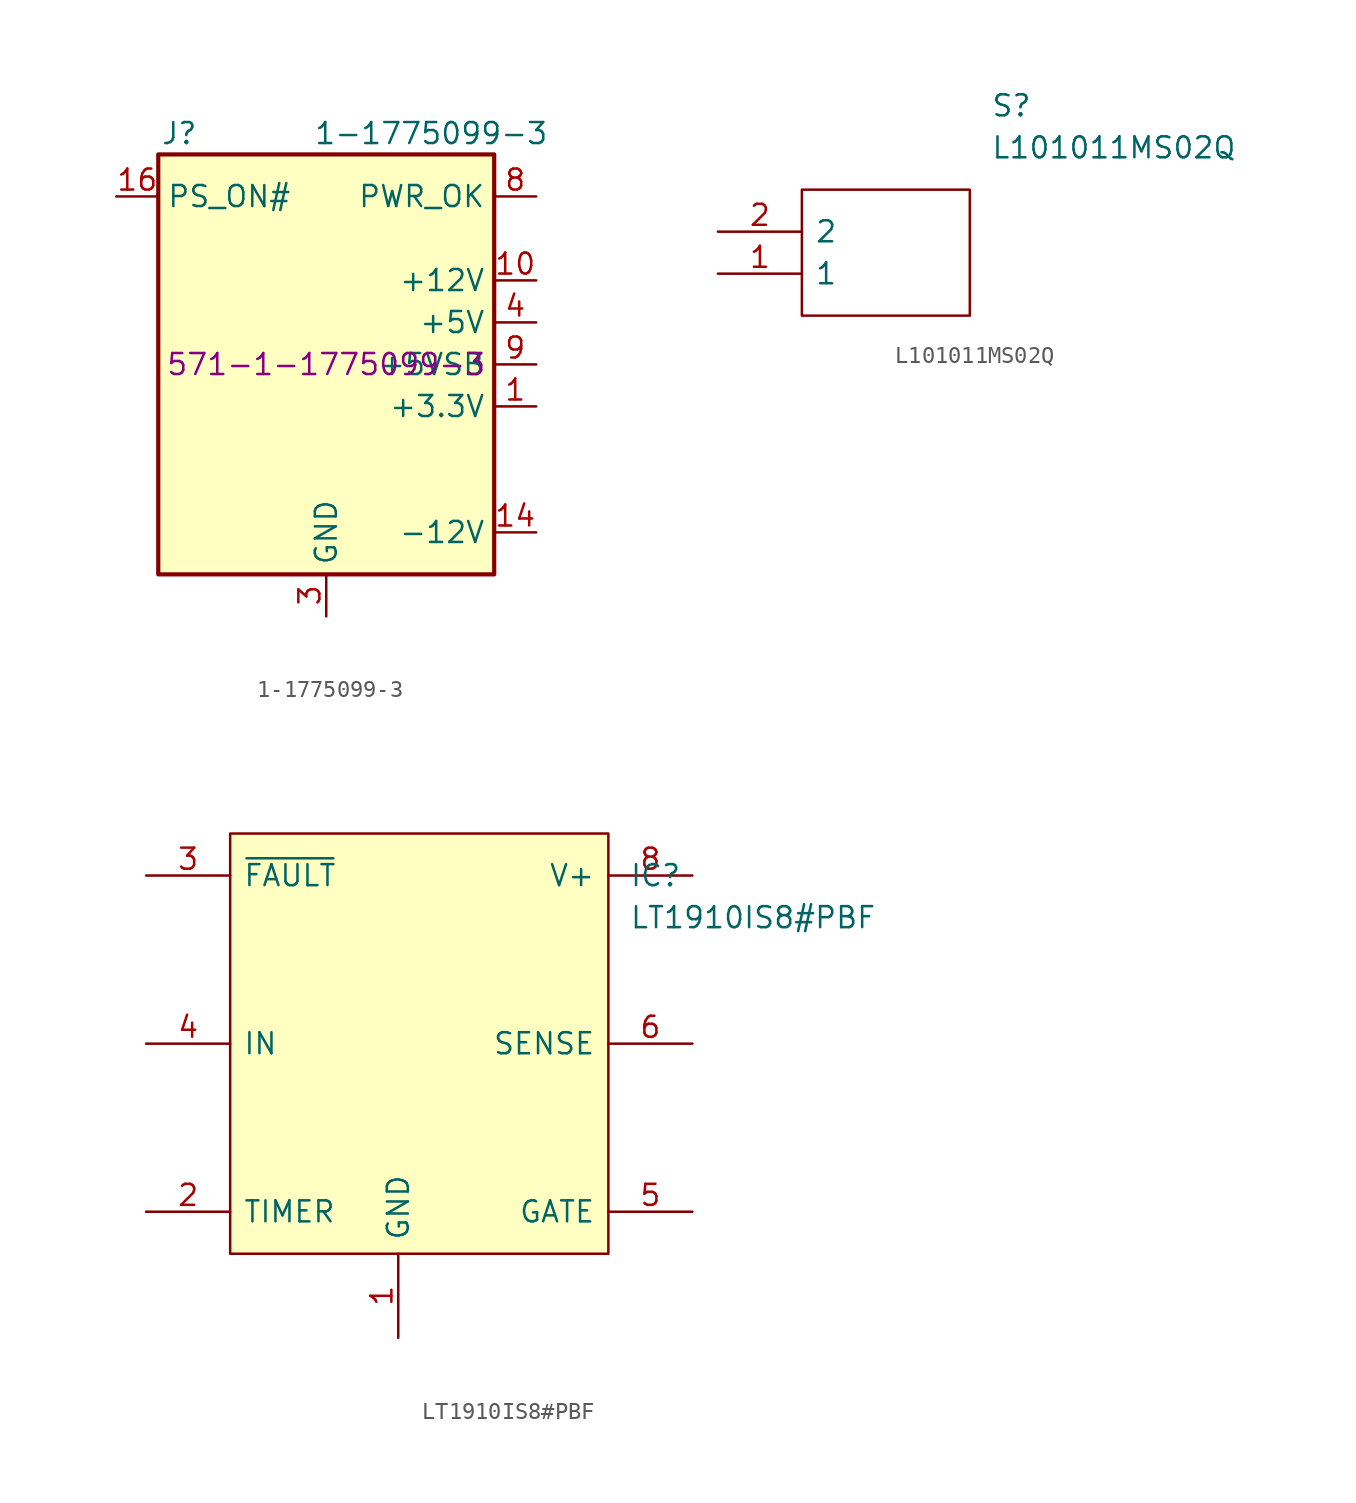
<source format=kicad_sym>
(kicad_symbol_lib
  (version 20220914)
  (generator kicad_symbol_editor)
  (symbol "1-1775099-3"
    (property "Reference" "J"
      (at -8.89 13.97 0)
      (effects (font (size 1.27 1.27))))
    (property "Value" "1-1775099-3"
      (at 6.35 13.97 0)
      (effects (font (size 1.27 1.27))))
    (property "mouser" " 571-1-1775099-3 "
      (at 0 0 0)
      (effects (font (size 1.27 1.27))))
    (symbol "1-1775099-3_0_1"
      (rectangle (start -10.16 12.7) (end 10.16 -12.7) (stroke (width 0.254) (type default)) (fill (type background))))
    (symbol "1-1775099-3_1_1"
      (pin power_out line (at 12.7 -2.54 180) (length 2.54) (name "+3.3V" (effects (font (size 1.27 1.27)))) (number "1" (effects (font (size 1.27 1.27)))))
      (pin power_out line (at 12.7 5.08 180) (length 2.54) (name "+12V" (effects (font (size 1.27 1.27)))) (number "10" (effects (font (size 1.27 1.27)))))
      (pin passive line (at 12.7 5.08 180) (length 2.54) hide (name "+12V" (effects (font (size 1.27 1.27)))) (number "11" (effects (font (size 1.27 1.27)))))
      (pin passive line (at 12.7 -2.54 180) (length 2.54) hide (name "+3.3V" (effects (font (size 1.27 1.27)))) (number "12" (effects (font (size 1.27 1.27)))))
      (pin passive line (at 12.7 -2.54 180) (length 2.54) hide (name "+3.3V" (effects (font (size 1.27 1.27)))) (number "13" (effects (font (size 1.27 1.27)))))
      (pin power_out line (at 12.7 -10.16 180) (length 2.54) (name "-12V" (effects (font (size 1.27 1.27)))) (number "14" (effects (font (size 1.27 1.27)))))
      (pin passive line (at 0 -15.24 90) (length 2.54) hide (name "GND" (effects (font (size 1.27 1.27)))) (number "15" (effects (font (size 1.27 1.27)))))
      (pin open_collector line (at -12.7 10.16 0) (length 2.54) (name "PS_ON#" (effects (font (size 1.27 1.27)))) (number "16" (effects (font (size 1.27 1.27)))))
      (pin passive line (at 0 -15.24 90) (length 2.54) hide (name "GND" (effects (font (size 1.27 1.27)))) (number "17" (effects (font (size 1.27 1.27)))))
      (pin passive line (at 0 -15.24 90) (length 2.54) hide (name "GND" (effects (font (size 1.27 1.27)))) (number "18" (effects (font (size 1.27 1.27)))))
      (pin passive line (at 0 -15.24 90) (length 2.54) hide (name "GND" (effects (font (size 1.27 1.27)))) (number "19" (effects (font (size 1.27 1.27)))))
      (pin passive line (at 12.7 -2.54 180) (length 2.54) hide (name "+3.3V" (effects (font (size 1.27 1.27)))) (number "2" (effects (font (size 1.27 1.27)))))
      (pin no_connect line (at -10.16 0 0) (length 2.54) hide (name "NC" (effects (font (size 1.27 1.27)))) (number "20" (effects (font (size 1.27 1.27)))))
      (pin passive line (at 12.7 2.54 180) (length 2.54) hide (name "+5V" (effects (font (size 1.27 1.27)))) (number "21" (effects (font (size 1.27 1.27)))))
      (pin passive line (at 12.7 2.54 180) (length 2.54) hide (name "+5V" (effects (font (size 1.27 1.27)))) (number "22" (effects (font (size 1.27 1.27)))))
      (pin passive line (at 12.7 2.54 180) (length 2.54) hide (name "+5V" (effects (font (size 1.27 1.27)))) (number "23" (effects (font (size 1.27 1.27)))))
      (pin passive line (at 0 -15.24 90) (length 2.54) hide (name "GND" (effects (font (size 1.27 1.27)))) (number "24" (effects (font (size 1.27 1.27)))))
      (pin power_out line (at 0 -15.24 90) (length 2.54) (name "GND" (effects (font (size 1.27 1.27)))) (number "3" (effects (font (size 1.27 1.27)))))
      (pin power_out line (at 12.7 2.54 180) (length 2.54) (name "+5V" (effects (font (size 1.27 1.27)))) (number "4" (effects (font (size 1.27 1.27)))))
      (pin passive line (at 0 -15.24 90) (length 2.54) hide (name "GND" (effects (font (size 1.27 1.27)))) (number "5" (effects (font (size 1.27 1.27)))))
      (pin passive line (at 12.7 2.54 180) (length 2.54) hide (name "+5V" (effects (font (size 1.27 1.27)))) (number "6" (effects (font (size 1.27 1.27)))))
      (pin passive line (at 0 -15.24 90) (length 2.54) hide (name "GND" (effects (font (size 1.27 1.27)))) (number "7" (effects (font (size 1.27 1.27)))))
      (pin output line (at 12.7 10.16 180) (length 2.54) (name "PWR_OK" (effects (font (size 1.27 1.27)))) (number "8" (effects (font (size 1.27 1.27)))))
      (pin power_out line (at 12.7 0 180) (length 2.54) (name "+5VSB" (effects (font (size 1.27 1.27)))) (number "9" (effects (font (size 1.27 1.27)))))))
  (symbol "L101011MS02Q"
    (pin_names
      (offset 0.762))
    (property "Reference" "S"
      (at 16.51 7.62 0)
      (effects (font (size 1.27 1.27)) (justify left)))
    (property "Value" "L101011MS02Q"
      (at 16.51 5.08 0)
      (effects (font (size 1.27 1.27)) (justify left)))
    (symbol "L101011MS02Q_0_0"
      (pin passive line (at 0 -2.54 0) (length 5.08) (name "1" (effects (font (size 1.27 1.27)))) (number "1" (effects (font (size 1.27 1.27)))))
      (pin passive line (at 0 0 0) (length 5.08) (name "2" (effects (font (size 1.27 1.27)))) (number "2" (effects (font (size 1.27 1.27))))))
    (symbol "L101011MS02Q_0_1"
      (polyline (pts (xy 5.08 2.54) (xy 15.24 2.54) (xy 15.24 -5.08) (xy 5.08 -5.08) (xy 5.08 2.54)) (stroke (width 0.152) (type solid)) (fill (type none)))))
  (symbol "LT1910IS8#PBF"
    (pin_names
      (offset 0.762))
    (property "Reference" "IC"
      (at 29.21 7.62 0)
      (effects (font (size 1.27 1.27)) (justify left)))
    (property "Value" "LT1910IS8#PBF"
      (at 29.21 5.08 0)
      (effects (font (size 1.27 1.27)) (justify left)))
    (symbol "LT1910IS8#PBF_0_0"
      (pin passive line (at 15.24 -20.32 90) (length 5.08) (name "GND" (effects (font (size 1.27 1.27)))) (number "1" (effects (font (size 1.27 1.27)))))
      (pin passive line (at 0 -12.7 0) (length 5.08) (name "TIMER" (effects (font (size 1.27 1.27)))) (number "2" (effects (font (size 1.27 1.27)))))
      (pin passive line (at 0 7.62 0) (length 5.08) (name "~{FAULT}" (effects (font (size 1.27 1.27)))) (number "3" (effects (font (size 1.27 1.27)))))
      (pin passive line (at 0 -2.54 0) (length 5.08) (name "IN" (effects (font (size 1.27 1.27)))) (number "4" (effects (font (size 1.27 1.27)))))
      (pin passive line (at 33.02 -12.7 180) (length 5.08) (name "GATE" (effects (font (size 1.27 1.27)))) (number "5" (effects (font (size 1.27 1.27)))))
      (pin passive line (at 33.02 -2.54 180) (length 5.08) (name "SENSE" (effects (font (size 1.27 1.27)))) (number "6" (effects (font (size 1.27 1.27)))))
      (pin no_connect line (at 20.32 -20.32 90) (length 5.08) hide (name "NC" (effects (font (size 1.27 1.27)))) (number "7" (effects (font (size 1.27 1.27)))))
      (pin passive line (at 33.02 7.62 180) (length 5.08) (name "V+" (effects (font (size 1.27 1.27)))) (number "8" (effects (font (size 1.27 1.27))))))
    (symbol "LT1910IS8#PBF_0_1"
      (polyline (pts (xy 5.08 10.16) (xy 27.94 10.16) (xy 27.94 -15.24) (xy 5.08 -15.24) (xy 5.08 10.16)) (stroke (width 0.152) (type solid)) (fill (type background))))))
</source>
